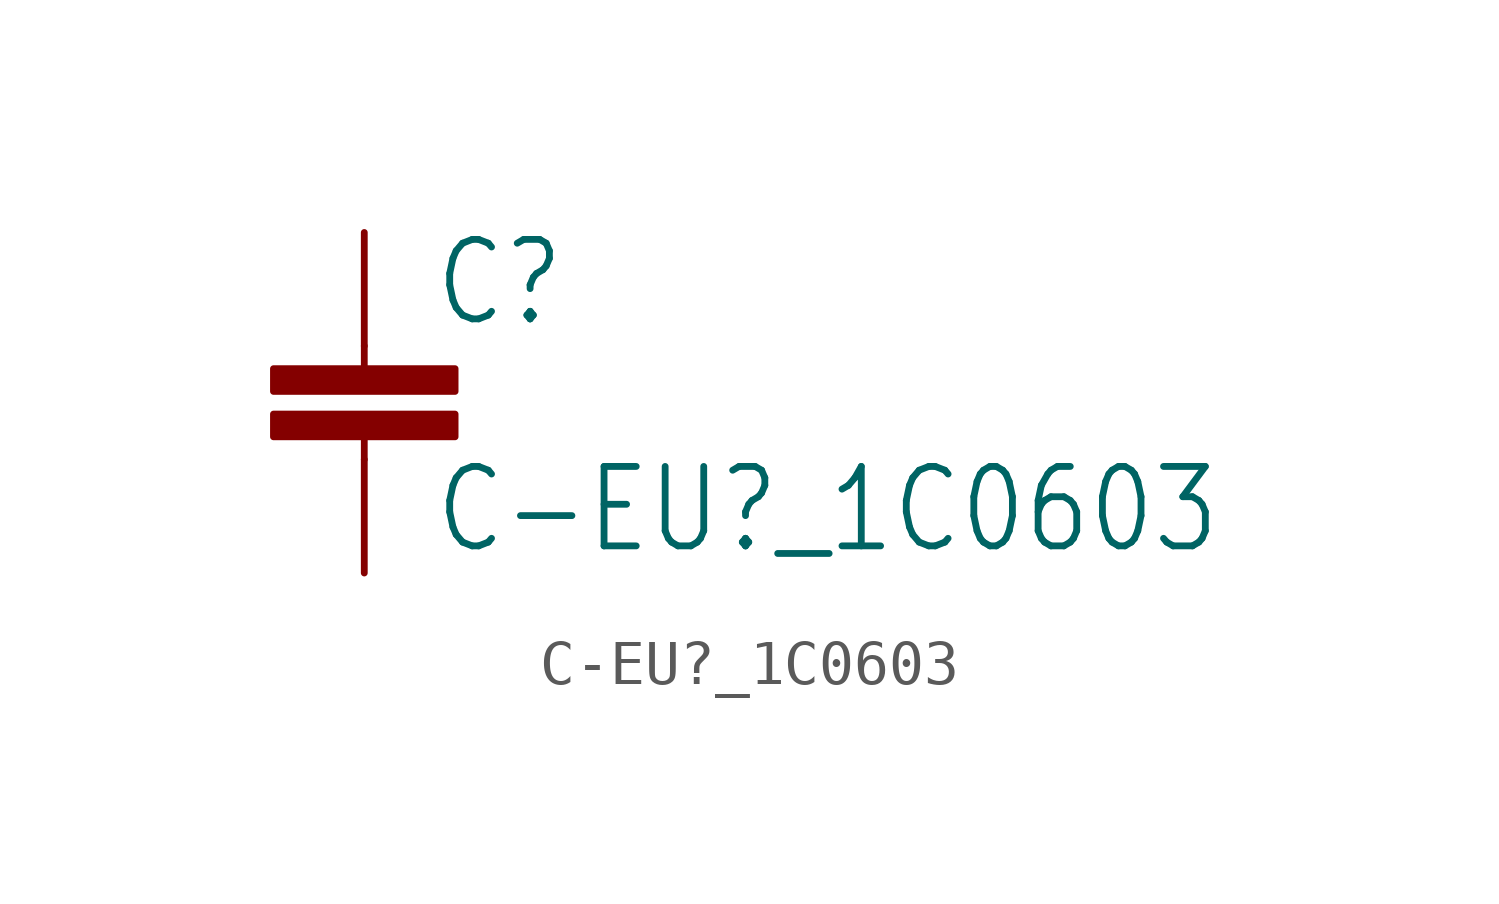
<source format=kicad_sym>
(kicad_symbol_lib
  (version 20201005)
  (generator kicad_symbol_editor)
  (symbol "C-EU?_1C0603"
    (property "Reference" "C"
      (at 1.524 0.381 0)
      (effects (font (size 1.778 1.511)) (justify left bottom)))
    (property "Value" "C-EU?_1C0603"
      (at 1.524 -4.699 0)
      (effects (font (size 1.778 1.511)) (justify left bottom)))
    (property "ki_locked" ""
      (at 0 0 0)
      (effects (font (size 1.27 1.27))))
    (symbol "C-EU?_1C0603_1_0"
      (rectangle (start -2.032 -2.032) (end 2.032 -1.524) (stroke (width 0)) (fill (type outline)))
      (rectangle (start -2.032 -1.016) (end 2.032 -0.508) (stroke (width 0)) (fill (type outline)))
      (polyline (pts (xy 0 -2.54) (xy 0 -2.032)) (stroke (width 0.152)) (fill (type none)))
      (polyline (pts (xy 0 0) (xy 0 -0.508)) (stroke (width 0.152)) (fill (type none)))
      (pin passive line (at 0 2.54 270) (length 2.54) (name "1" (effects (font (size 0 0)))) (number "1" (effects (font (size 0 0)))))
      (pin passive line (at 0 -5.08 90) (length 2.54) (name "2" (effects (font (size 0 0)))) (number "2" (effects (font (size 0 0))))))))
</source>
